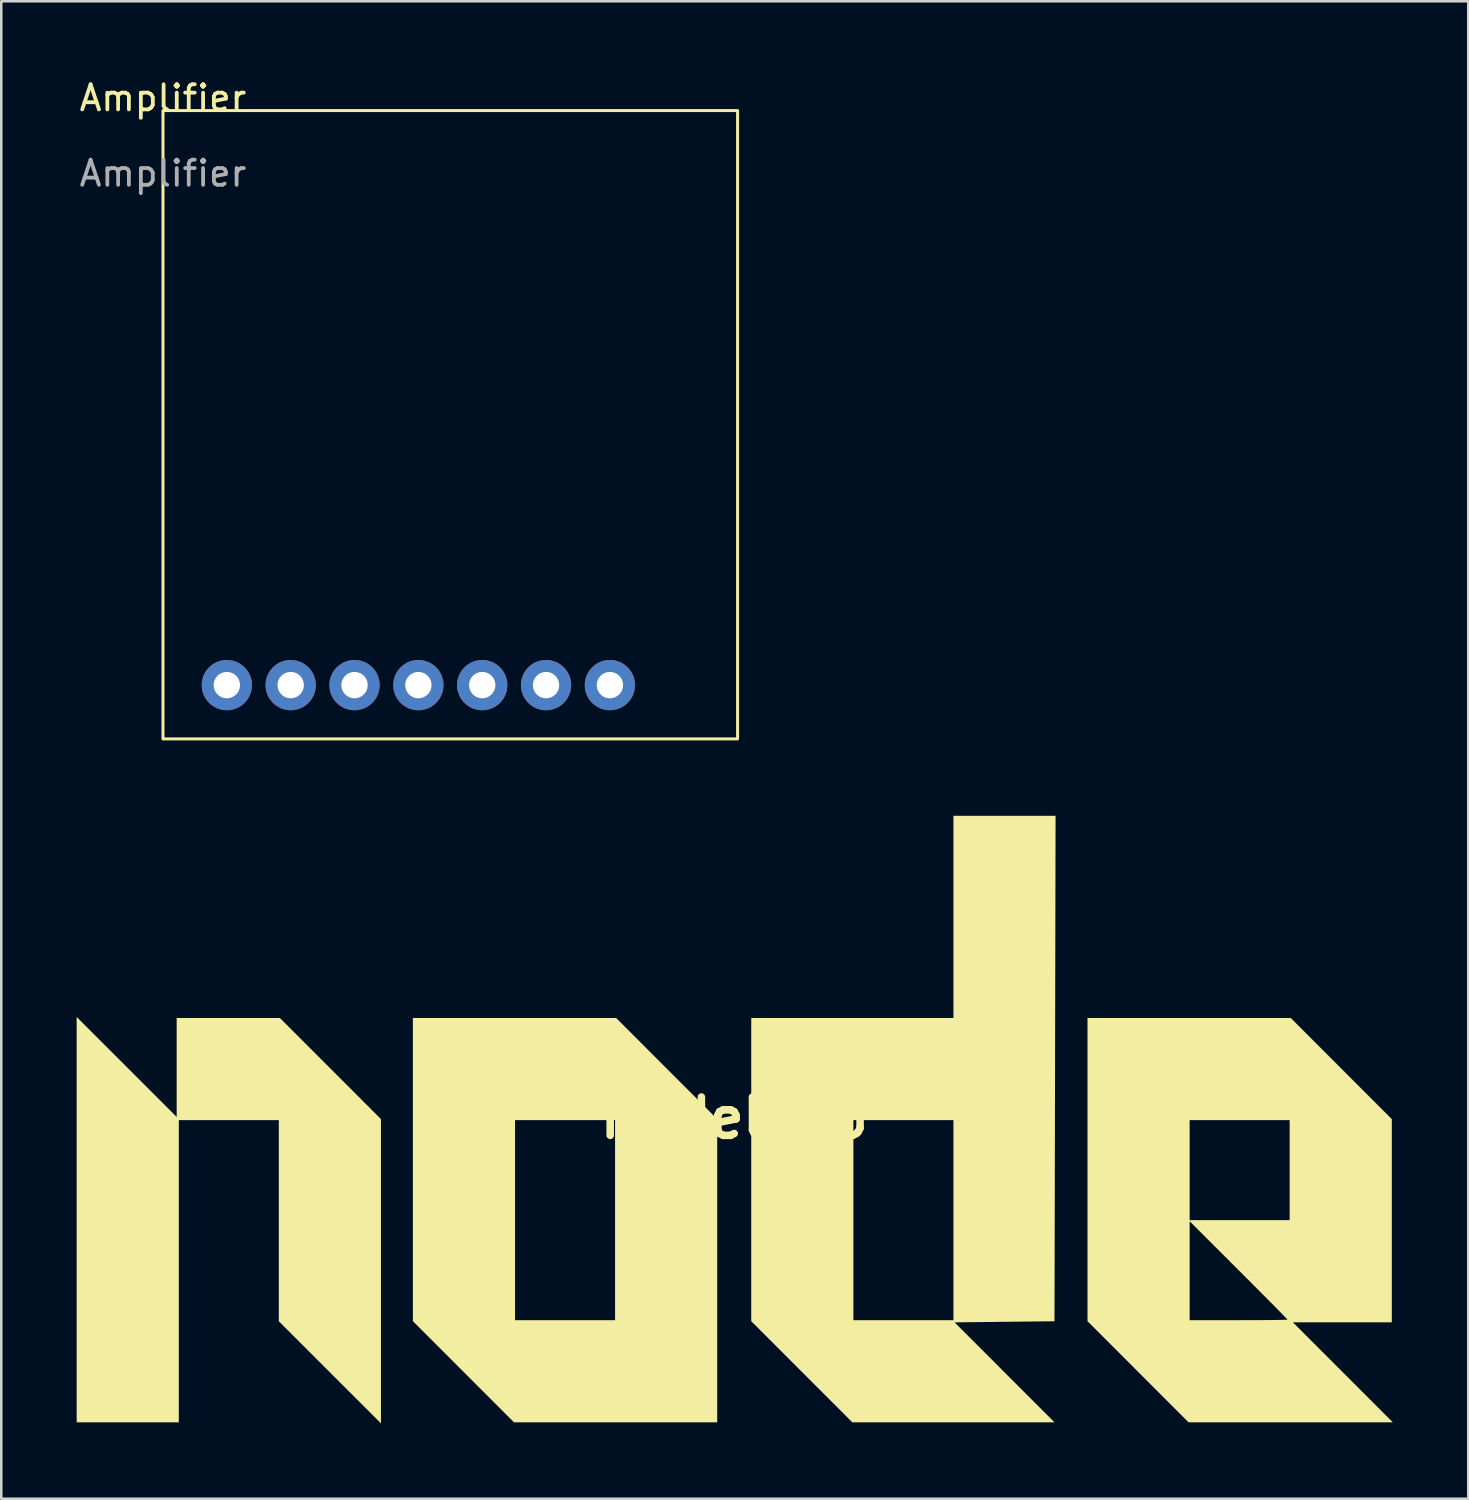
<source format=kicad_pcb>
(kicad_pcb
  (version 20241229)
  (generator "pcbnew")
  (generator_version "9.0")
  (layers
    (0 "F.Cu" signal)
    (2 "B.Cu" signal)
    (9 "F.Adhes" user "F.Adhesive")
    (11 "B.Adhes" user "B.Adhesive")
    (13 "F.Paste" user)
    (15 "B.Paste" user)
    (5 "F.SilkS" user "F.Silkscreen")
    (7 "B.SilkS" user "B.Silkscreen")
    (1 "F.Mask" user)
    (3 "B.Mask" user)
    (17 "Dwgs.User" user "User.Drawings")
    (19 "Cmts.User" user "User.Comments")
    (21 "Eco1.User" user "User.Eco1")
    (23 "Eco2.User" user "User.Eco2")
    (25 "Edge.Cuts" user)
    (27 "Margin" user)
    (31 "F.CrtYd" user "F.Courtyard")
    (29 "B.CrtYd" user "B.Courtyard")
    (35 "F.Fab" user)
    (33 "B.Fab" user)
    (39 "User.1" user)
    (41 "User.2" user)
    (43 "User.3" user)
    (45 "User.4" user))
  (footprint "Nodelogo"
    (layer "F.Cu")
    (at 26.162 41.431)
    (property "Reference" "Nodelogo" (at 0 0 0) (layer "F.SilkS") (effects (font (size 1.524 1.524) (thickness 0.3))))
    (attr board_only exclude_from_pos_files exclude_from_bom)
    (fp_poly (pts (xy -24.172 -2.032) (xy -22.183 -0.044) (xy -22.183 -3.979) (xy -18.075 -3.979) (xy -16.065 -1.968) (xy -14.055 0.044) (xy -14.055 12.148) (xy -18.119 8.087) (xy -18.119 0.085) (xy -22.098 0.085) (xy -22.098 12.107) (xy -26.162 12.107) (xy -26.162 -4.02)) (stroke (width 0) (type solid)) (fill yes) (layer "F.SilkS"))
    (fp_poly (pts (xy -2.688 -1.968) (xy -0.677 0.044) (xy -0.677 12.107) (xy -8.764 12.107) (xy -10.774 10.096) (xy -12.785 8.084) (xy -12.785 8.043) (xy -8.721 8.043) (xy -4.741 8.043) (xy -4.741 0.085) (xy -8.721 0.085) (xy -8.721 8.043) (xy -12.785 8.043) (xy -12.785 -3.979) (xy -4.698 -3.979)) (stroke (width 0) (type solid)) (fill yes) (layer "F.SilkS"))
    (fp_poly (pts (xy 12.764 -1.968) (xy 12.742 8.086) (xy 10.755 8.108) (xy 8.768 8.131) (xy 12.741 12.107) (xy 4.698 12.107) (xy 2.688 10.096) (xy 0.677 8.084) (xy 0.677 8.043) (xy 4.741 8.043) (xy 8.721 8.043) (xy 8.721 0.085) (xy 4.741 0.085) (xy 4.741 8.043) (xy 0.677 8.043) (xy 0.677 -3.979) (xy 8.721 -3.979) (xy 8.721 -12.023) (xy 12.785 -12.023)) (stroke (width 0) (type solid)) (fill yes) (layer "F.SilkS"))
    (fp_poly (pts (xy 24.152 -1.968) (xy 26.162 0.044) (xy 26.162 8.128) (xy 22.226 8.128) (xy 24.215 10.118) (xy 26.203 12.107) (xy 18.075 12.107) (xy 14.055 8.084) (xy 14.055 4.108) (xy 18.119 4.108) (xy 18.119 8.043) (xy 20.066 8.043) (xy 20.62 8.042) (xy 21.112 8.04) (xy 21.52 8.036) (xy 21.819 8.031) (xy 21.986 8.025) (xy 22.013 8.021) (xy 21.956 7.959) (xy 21.792 7.79) (xy 21.537 7.531) (xy 21.204 7.195) (xy 20.808 6.797) (xy 20.362 6.349) (xy 20.066 6.054) (xy 18.119 4.108) (xy 14.055 4.108) (xy 14.055 4.064) (xy 18.119 4.064) (xy 22.098 4.064) (xy 22.098 0.085) (xy 18.119 0.085) (xy 18.119 4.064) (xy 14.055 4.064) (xy 14.055 -3.979) (xy 22.142 -3.979)) (stroke (width 0) (type solid)) (fill yes) (layer "F.SilkS")))
  (footprint "Amplifier"
    (layer "F.Cu")
    (at 3.435 1.348)
    (property "Reference" "Amplifier" (at 0 -0.5 0) (unlocked yes) (layer "F.SilkS") (effects (font (size 1 1) (thickness 0.15))))
    (attr through_hole)
    (fp_rect (start 0 0) (end 22.86 25) (stroke (width 0.12) (type solid)) (fill no) (layer "F.SilkS"))
    (fp_text user "${REFERENCE}" (at 0 2.5 0) (unlocked yes) (layer "F.Fab") (effects (font (size 1 1) (thickness 0.15))))
    (pad "BLCK" thru_hole circle (at 5.08 22.86) (size 2 2) (drill 1.05) (layers "*.Cu" "*.Mask"))
    (pad "DIN" thru_hole circle (at 7.62 22.86) (size 2 2) (drill 1.05) (layers "*.Cu" "*.Mask"))
    (pad "GAIN" thru_hole circle (at 10.16 22.86) (size 2 2) (drill 1.05) (layers "*.Cu" "*.Mask"))
    (pad "GND" thru_hole circle (at 15.24 22.86) (size 2 2) (drill 1.05) (layers "*.Cu" "*.Mask"))
    (pad "LRC" thru_hole circle (at 2.54 22.86) (size 2 2) (drill 1.05) (layers "*.Cu" "*.Mask"))
    (pad "SD" thru_hole circle (at 12.7 22.86) (size 2 2) (drill 1.05) (layers "*.Cu" "*.Mask"))
    (pad "VIN" thru_hole circle (at 17.78 22.86) (size 2 2) (drill 1.05) (layers "*.Cu" "*.Mask")))
  (gr_rect
    (start -3 -3)
    (end 55.365 56.579)
    (stroke (width 0.1) (type default))
    (fill no)
    (layer "Edge.Cuts")))
</source>
